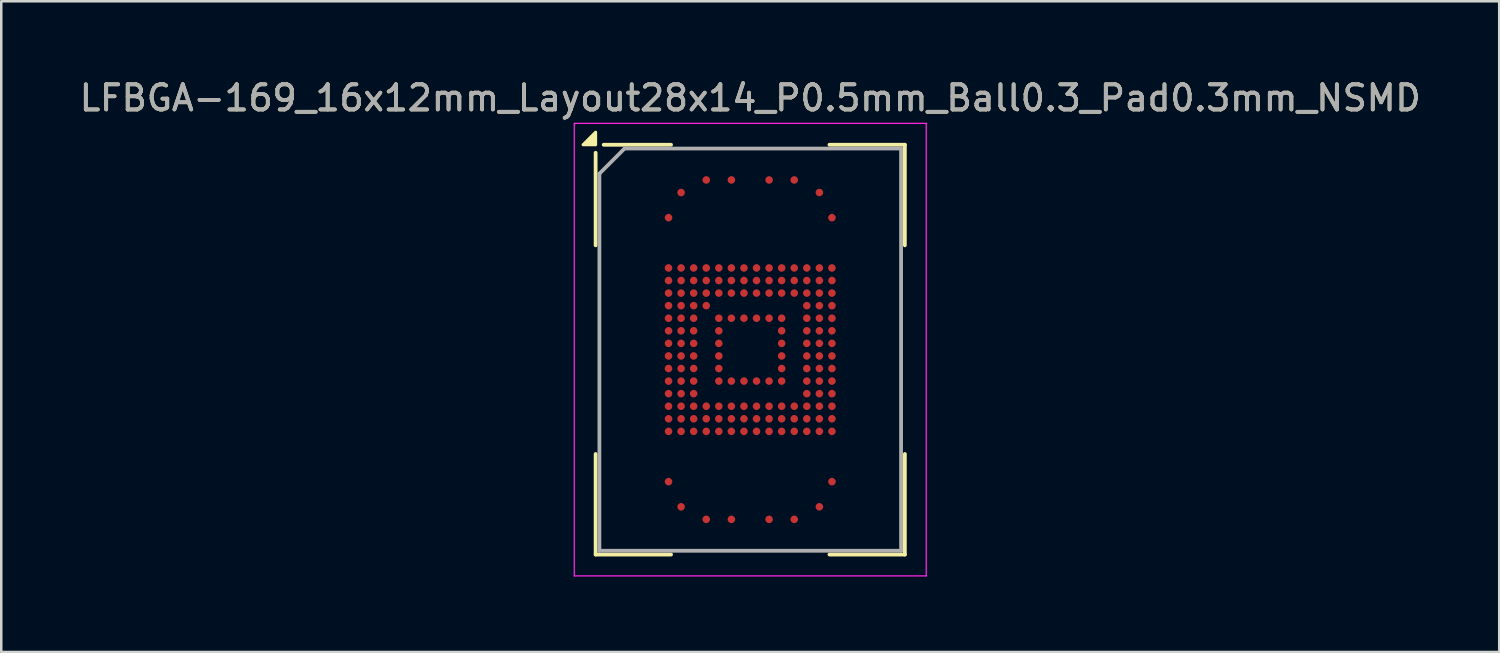
<source format=kicad_pcb>
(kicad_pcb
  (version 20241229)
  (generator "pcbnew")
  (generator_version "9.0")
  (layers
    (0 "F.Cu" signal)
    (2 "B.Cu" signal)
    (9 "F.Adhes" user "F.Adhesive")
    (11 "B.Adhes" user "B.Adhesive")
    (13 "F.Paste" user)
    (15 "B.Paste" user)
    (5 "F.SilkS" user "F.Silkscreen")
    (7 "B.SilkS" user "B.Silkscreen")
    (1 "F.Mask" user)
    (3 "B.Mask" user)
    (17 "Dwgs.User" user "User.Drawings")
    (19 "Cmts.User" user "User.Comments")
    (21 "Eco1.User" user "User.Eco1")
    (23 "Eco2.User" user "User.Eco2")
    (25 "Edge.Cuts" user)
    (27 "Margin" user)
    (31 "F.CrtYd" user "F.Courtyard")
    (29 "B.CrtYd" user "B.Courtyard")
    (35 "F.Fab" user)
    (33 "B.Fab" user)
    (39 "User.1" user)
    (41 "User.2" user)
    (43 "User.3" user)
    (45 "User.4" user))
  (footprint "LFBGA-169_16x12mm_Layout28x14_P0.5mm_Ball0.3_Pad0.3mm_NSMD"
    (layer "F.Cu")
    (at 26.792 10.858)
    (property "Reference" "LFBGA-169_16x12mm_Layout28x14_P0.5mm_Ball0.3_Pad0.3mm_NSMD" (at 0 -10.01 0) (layer "F.SilkS") (effects (font (size 1 1) (thickness 0.15))))
    (attr smd)
    (fp_line (start -6.15 -7.83) (end -6.15 -4.15) (stroke (width 0.15) (type solid)) (layer "F.SilkS"))
    (fp_line (start -6.15 8.15) (end -6.15 4.15) (stroke (width 0.15) (type solid)) (layer "F.SilkS"))
    (fp_line (start -5.83 -8.15) (end -3.15 -8.15) (stroke (width 0.15) (type solid)) (layer "F.SilkS"))
    (fp_line (start -3.15 8.15) (end -6.15 8.15) (stroke (width 0.15) (type solid)) (layer "F.SilkS"))
    (fp_line (start 3.15 -8.15) (end 6.15 -8.15) (stroke (width 0.15) (type solid)) (layer "F.SilkS"))
    (fp_line (start 3.15 8.15) (end 6.15 8.15) (stroke (width 0.15) (type solid)) (layer "F.SilkS"))
    (fp_line (start 6.15 -8.15) (end 6.15 -4.15) (stroke (width 0.15) (type solid)) (layer "F.SilkS"))
    (fp_line (start 6.15 8.15) (end 6.15 4.15) (stroke (width 0.15) (type solid)) (layer "F.SilkS"))
    (fp_poly (pts (xy -6.15 -8.15) (xy -6.65 -8.15) (xy -6.15 -8.65) (xy -6.15 -8.15)) (stroke (width 0.12) (type solid)) (fill yes) (layer "F.SilkS"))
    (fp_line (start -7 -9) (end 7 -9) (stroke (width 0.05) (type solid)) (layer "F.CrtYd"))
    (fp_line (start -7 9) (end -7 -9) (stroke (width 0.05) (type solid)) (layer "F.CrtYd"))
    (fp_line (start 7 -9) (end 7 9) (stroke (width 0.05) (type solid)) (layer "F.CrtYd"))
    (fp_line (start 7 9) (end -7 9) (stroke (width 0.05) (type solid)) (layer "F.CrtYd"))
    (fp_line (start -6 -7) (end -6 8) (stroke (width 0.15) (type solid)) (layer "F.Fab"))
    (fp_line (start -6 8) (end 6 8) (stroke (width 0.15) (type solid)) (layer "F.Fab"))
    (fp_line (start -5 -8) (end -6 -7) (stroke (width 0.15) (type solid)) (layer "F.Fab"))
    (fp_line (start 6 -8) (end -5 -8) (stroke (width 0.15) (type solid)) (layer "F.Fab"))
    (fp_line (start 6 8) (end 6 -8) (stroke (width 0.15) (type solid)) (layer "F.Fab"))
    (fp_text user "${REFERENCE}" (at 0 -10.01 0) (layer "F.Fab") (effects (font (size 1 1) (thickness 0.15))))
    (pad "A4" smd circle (at -1.75 -6.75) (size 0.3 0.3) (property pad_prop_bga) (layers "F.Cu" "F.Mask" "F.Paste"))
    (pad "A6" smd circle (at -0.75 -6.75) (size 0.3 0.3) (property pad_prop_bga) (layers "F.Cu" "F.Mask" "F.Paste"))
    (pad "A9" smd circle (at 0.75 -6.75) (size 0.3 0.3) (property pad_prop_bga) (layers "F.Cu" "F.Mask" "F.Paste"))
    (pad "A11" smd circle (at 1.75 -6.75) (size 0.3 0.3) (property pad_prop_bga) (layers "F.Cu" "F.Mask" "F.Paste"))
    (pad "AA1" smd circle (at -3.25 3.25) (size 0.3 0.3) (property pad_prop_bga) (layers "F.Cu" "F.Mask" "F.Paste"))
    (pad "AA2" smd circle (at -2.75 3.25) (size 0.3 0.3) (property pad_prop_bga) (layers "F.Cu" "F.Mask" "F.Paste"))
    (pad "AA3" smd circle (at -2.25 3.25) (size 0.3 0.3) (property pad_prop_bga) (layers "F.Cu" "F.Mask" "F.Paste"))
    (pad "AA4" smd circle (at -1.75 3.25) (size 0.3 0.3) (property pad_prop_bga) (layers "F.Cu" "F.Mask" "F.Paste"))
    (pad "AA5" smd circle (at -1.25 3.25) (size 0.3 0.3) (property pad_prop_bga) (layers "F.Cu" "F.Mask" "F.Paste"))
    (pad "AA6" smd circle (at -0.75 3.25) (size 0.3 0.3) (property pad_prop_bga) (layers "F.Cu" "F.Mask" "F.Paste"))
    (pad "AA7" smd circle (at -0.25 3.25) (size 0.3 0.3) (property pad_prop_bga) (layers "F.Cu" "F.Mask" "F.Paste"))
    (pad "AA8" smd circle (at 0.25 3.25) (size 0.3 0.3) (property pad_prop_bga) (layers "F.Cu" "F.Mask" "F.Paste"))
    (pad "AA9" smd circle (at 0.75 3.25) (size 0.3 0.3) (property pad_prop_bga) (layers "F.Cu" "F.Mask" "F.Paste"))
    (pad "AA10" smd circle (at 1.25 3.25) (size 0.3 0.3) (property pad_prop_bga) (layers "F.Cu" "F.Mask" "F.Paste"))
    (pad "AA11" smd circle (at 1.75 3.25) (size 0.3 0.3) (property pad_prop_bga) (layers "F.Cu" "F.Mask" "F.Paste"))
    (pad "AA12" smd circle (at 2.25 3.25) (size 0.3 0.3) (property pad_prop_bga) (layers "F.Cu" "F.Mask" "F.Paste"))
    (pad "AA13" smd circle (at 2.75 3.25) (size 0.3 0.3) (property pad_prop_bga) (layers "F.Cu" "F.Mask" "F.Paste"))
    (pad "AA14" smd circle (at 3.25 3.25) (size 0.3 0.3) (property pad_prop_bga) (layers "F.Cu" "F.Mask" "F.Paste"))
    (pad "AE1" smd circle (at -3.25 5.25) (size 0.3 0.3) (property pad_prop_bga) (layers "F.Cu" "F.Mask" "F.Paste"))
    (pad "AE14" smd circle (at 3.25 5.25) (size 0.3 0.3) (property pad_prop_bga) (layers "F.Cu" "F.Mask" "F.Paste"))
    (pad "AG2" smd circle (at -2.75 6.25) (size 0.3 0.3) (property pad_prop_bga) (layers "F.Cu" "F.Mask" "F.Paste"))
    (pad "AG13" smd circle (at 2.75 6.25) (size 0.3 0.3) (property pad_prop_bga) (layers "F.Cu" "F.Mask" "F.Paste"))
    (pad "AH4" smd circle (at -1.75 6.75) (size 0.3 0.3) (property pad_prop_bga) (layers "F.Cu" "F.Mask" "F.Paste"))
    (pad "AH6" smd circle (at -0.75 6.75) (size 0.3 0.3) (property pad_prop_bga) (layers "F.Cu" "F.Mask" "F.Paste"))
    (pad "AH9" smd circle (at 0.75 6.75) (size 0.3 0.3) (property pad_prop_bga) (layers "F.Cu" "F.Mask" "F.Paste"))
    (pad "AH11" smd circle (at 1.75 6.75) (size 0.3 0.3) (property pad_prop_bga) (layers "F.Cu" "F.Mask" "F.Paste"))
    (pad "B2" smd circle (at -2.75 -6.25) (size 0.3 0.3) (property pad_prop_bga) (layers "F.Cu" "F.Mask" "F.Paste"))
    (pad "B13" smd circle (at 2.75 -6.25) (size 0.3 0.3) (property pad_prop_bga) (layers "F.Cu" "F.Mask" "F.Paste"))
    (pad "D1" smd circle (at -3.25 -5.25) (size 0.3 0.3) (property pad_prop_bga) (layers "F.Cu" "F.Mask" "F.Paste"))
    (pad "D14" smd circle (at 3.25 -5.25) (size 0.3 0.3) (property pad_prop_bga) (layers "F.Cu" "F.Mask" "F.Paste"))
    (pad "H1" smd circle (at -3.25 -3.25) (size 0.3 0.3) (property pad_prop_bga) (layers "F.Cu" "F.Mask" "F.Paste"))
    (pad "H2" smd circle (at -2.75 -3.25) (size 0.3 0.3) (property pad_prop_bga) (layers "F.Cu" "F.Mask" "F.Paste"))
    (pad "H3" smd circle (at -2.25 -3.25) (size 0.3 0.3) (property pad_prop_bga) (layers "F.Cu" "F.Mask" "F.Paste"))
    (pad "H4" smd circle (at -1.75 -3.25) (size 0.3 0.3) (property pad_prop_bga) (layers "F.Cu" "F.Mask" "F.Paste"))
    (pad "H5" smd circle (at -1.25 -3.25) (size 0.3 0.3) (property pad_prop_bga) (layers "F.Cu" "F.Mask" "F.Paste"))
    (pad "H6" smd circle (at -0.75 -3.25) (size 0.3 0.3) (property pad_prop_bga) (layers "F.Cu" "F.Mask" "F.Paste"))
    (pad "H7" smd circle (at -0.25 -3.25) (size 0.3 0.3) (property pad_prop_bga) (layers "F.Cu" "F.Mask" "F.Paste"))
    (pad "H8" smd circle (at 0.25 -3.25) (size 0.3 0.3) (property pad_prop_bga) (layers "F.Cu" "F.Mask" "F.Paste"))
    (pad "H9" smd circle (at 0.75 -3.25) (size 0.3 0.3) (property pad_prop_bga) (layers "F.Cu" "F.Mask" "F.Paste"))
    (pad "H10" smd circle (at 1.25 -3.25) (size 0.3 0.3) (property pad_prop_bga) (layers "F.Cu" "F.Mask" "F.Paste"))
    (pad "H11" smd circle (at 1.75 -3.25) (size 0.3 0.3) (property pad_prop_bga) (layers "F.Cu" "F.Mask" "F.Paste"))
    (pad "H12" smd circle (at 2.25 -3.25) (size 0.3 0.3) (property pad_prop_bga) (layers "F.Cu" "F.Mask" "F.Paste"))
    (pad "H13" smd circle (at 2.75 -3.25) (size 0.3 0.3) (property pad_prop_bga) (layers "F.Cu" "F.Mask" "F.Paste"))
    (pad "H14" smd circle (at 3.25 -3.25) (size 0.3 0.3) (property pad_prop_bga) (layers "F.Cu" "F.Mask" "F.Paste"))
    (pad "J1" smd circle (at -3.25 -2.75) (size 0.3 0.3) (property pad_prop_bga) (layers "F.Cu" "F.Mask" "F.Paste"))
    (pad "J2" smd circle (at -2.75 -2.75) (size 0.3 0.3) (property pad_prop_bga) (layers "F.Cu" "F.Mask" "F.Paste"))
    (pad "J3" smd circle (at -2.25 -2.75) (size 0.3 0.3) (property pad_prop_bga) (layers "F.Cu" "F.Mask" "F.Paste"))
    (pad "J4" smd circle (at -1.75 -2.75) (size 0.3 0.3) (property pad_prop_bga) (layers "F.Cu" "F.Mask" "F.Paste"))
    (pad "J5" smd circle (at -1.25 -2.75) (size 0.3 0.3) (property pad_prop_bga) (layers "F.Cu" "F.Mask" "F.Paste"))
    (pad "J6" smd circle (at -0.75 -2.75) (size 0.3 0.3) (property pad_prop_bga) (layers "F.Cu" "F.Mask" "F.Paste"))
    (pad "J7" smd circle (at -0.25 -2.75) (size 0.3 0.3) (property pad_prop_bga) (layers "F.Cu" "F.Mask" "F.Paste"))
    (pad "J8" smd circle (at 0.25 -2.75) (size 0.3 0.3) (property pad_prop_bga) (layers "F.Cu" "F.Mask" "F.Paste"))
    (pad "J9" smd circle (at 0.75 -2.75) (size 0.3 0.3) (property pad_prop_bga) (layers "F.Cu" "F.Mask" "F.Paste"))
    (pad "J10" smd circle (at 1.25 -2.75) (size 0.3 0.3) (property pad_prop_bga) (layers "F.Cu" "F.Mask" "F.Paste"))
    (pad "J11" smd circle (at 1.75 -2.75) (size 0.3 0.3) (property pad_prop_bga) (layers "F.Cu" "F.Mask" "F.Paste"))
    (pad "J12" smd circle (at 2.25 -2.75) (size 0.3 0.3) (property pad_prop_bga) (layers "F.Cu" "F.Mask" "F.Paste"))
    (pad "J13" smd circle (at 2.75 -2.75) (size 0.3 0.3) (property pad_prop_bga) (layers "F.Cu" "F.Mask" "F.Paste"))
    (pad "J14" smd circle (at 3.25 -2.75) (size 0.3 0.3) (property pad_prop_bga) (layers "F.Cu" "F.Mask" "F.Paste"))
    (pad "K1" smd circle (at -3.25 -2.25) (size 0.3 0.3) (property pad_prop_bga) (layers "F.Cu" "F.Mask" "F.Paste"))
    (pad "K2" smd circle (at -2.75 -2.25) (size 0.3 0.3) (property pad_prop_bga) (layers "F.Cu" "F.Mask" "F.Paste"))
    (pad "K3" smd circle (at -2.25 -2.25) (size 0.3 0.3) (property pad_prop_bga) (layers "F.Cu" "F.Mask" "F.Paste"))
    (pad "K4" smd circle (at -1.75 -2.25) (size 0.3 0.3) (property pad_prop_bga) (layers "F.Cu" "F.Mask" "F.Paste"))
    (pad "K5" smd circle (at -1.25 -2.25) (size 0.3 0.3) (property pad_prop_bga) (layers "F.Cu" "F.Mask" "F.Paste"))
    (pad "K6" smd circle (at -0.75 -2.25) (size 0.3 0.3) (property pad_prop_bga) (layers "F.Cu" "F.Mask" "F.Paste"))
    (pad "K7" smd circle (at -0.25 -2.25) (size 0.3 0.3) (property pad_prop_bga) (layers "F.Cu" "F.Mask" "F.Paste"))
    (pad "K8" smd circle (at 0.25 -2.25) (size 0.3 0.3) (property pad_prop_bga) (layers "F.Cu" "F.Mask" "F.Paste"))
    (pad "K9" smd circle (at 0.75 -2.25) (size 0.3 0.3) (property pad_prop_bga) (layers "F.Cu" "F.Mask" "F.Paste"))
    (pad "K10" smd circle (at 1.25 -2.25) (size 0.3 0.3) (property pad_prop_bga) (layers "F.Cu" "F.Mask" "F.Paste"))
    (pad "K11" smd circle (at 1.75 -2.25) (size 0.3 0.3) (property pad_prop_bga) (layers "F.Cu" "F.Mask" "F.Paste"))
    (pad "K12" smd circle (at 2.25 -2.25) (size 0.3 0.3) (property pad_prop_bga) (layers "F.Cu" "F.Mask" "F.Paste"))
    (pad "K13" smd circle (at 2.75 -2.25) (size 0.3 0.3) (property pad_prop_bga) (layers "F.Cu" "F.Mask" "F.Paste"))
    (pad "K14" smd circle (at 3.25 -2.25) (size 0.3 0.3) (property pad_prop_bga) (layers "F.Cu" "F.Mask" "F.Paste"))
    (pad "L1" smd circle (at -3.25 -1.75) (size 0.3 0.3) (property pad_prop_bga) (layers "F.Cu" "F.Mask" "F.Paste"))
    (pad "L2" smd circle (at -2.75 -1.75) (size 0.3 0.3) (property pad_prop_bga) (layers "F.Cu" "F.Mask" "F.Paste"))
    (pad "L3" smd circle (at -2.25 -1.75) (size 0.3 0.3) (property pad_prop_bga) (layers "F.Cu" "F.Mask" "F.Paste"))
    (pad "L4" smd circle (at -1.75 -1.75) (size 0.3 0.3) (property pad_prop_bga) (layers "F.Cu" "F.Mask" "F.Paste"))
    (pad "L12" smd circle (at 2.25 -1.75) (size 0.3 0.3) (property pad_prop_bga) (layers "F.Cu" "F.Mask" "F.Paste"))
    (pad "L13" smd circle (at 2.75 -1.75) (size 0.3 0.3) (property pad_prop_bga) (layers "F.Cu" "F.Mask" "F.Paste"))
    (pad "L14" smd circle (at 3.25 -1.75) (size 0.3 0.3) (property pad_prop_bga) (layers "F.Cu" "F.Mask" "F.Paste"))
    (pad "M1" smd circle (at -3.25 -1.25) (size 0.3 0.3) (property pad_prop_bga) (layers "F.Cu" "F.Mask" "F.Paste"))
    (pad "M2" smd circle (at -2.75 -1.25) (size 0.3 0.3) (property pad_prop_bga) (layers "F.Cu" "F.Mask" "F.Paste"))
    (pad "M3" smd circle (at -2.25 -1.25) (size 0.3 0.3) (property pad_prop_bga) (layers "F.Cu" "F.Mask" "F.Paste"))
    (pad "M5" smd circle (at -1.25 -1.25) (size 0.3 0.3) (property pad_prop_bga) (layers "F.Cu" "F.Mask" "F.Paste"))
    (pad "M6" smd circle (at -0.75 -1.25) (size 0.3 0.3) (property pad_prop_bga) (layers "F.Cu" "F.Mask" "F.Paste"))
    (pad "M7" smd circle (at -0.25 -1.25) (size 0.3 0.3) (property pad_prop_bga) (layers "F.Cu" "F.Mask" "F.Paste"))
    (pad "M8" smd circle (at 0.25 -1.25) (size 0.3 0.3) (property pad_prop_bga) (layers "F.Cu" "F.Mask" "F.Paste"))
    (pad "M9" smd circle (at 0.75 -1.25) (size 0.3 0.3) (property pad_prop_bga) (layers "F.Cu" "F.Mask" "F.Paste"))
    (pad "M10" smd circle (at 1.25 -1.25) (size 0.3 0.3) (property pad_prop_bga) (layers "F.Cu" "F.Mask" "F.Paste"))
    (pad "M12" smd circle (at 2.25 -1.25) (size 0.3 0.3) (property pad_prop_bga) (layers "F.Cu" "F.Mask" "F.Paste"))
    (pad "M13" smd circle (at 2.75 -1.25) (size 0.3 0.3) (property pad_prop_bga) (layers "F.Cu" "F.Mask" "F.Paste"))
    (pad "M14" smd circle (at 3.25 -1.25) (size 0.3 0.3) (property pad_prop_bga) (layers "F.Cu" "F.Mask" "F.Paste"))
    (pad "N1" smd circle (at -3.25 -0.75) (size 0.3 0.3) (property pad_prop_bga) (layers "F.Cu" "F.Mask" "F.Paste"))
    (pad "N2" smd circle (at -2.75 -0.75) (size 0.3 0.3) (property pad_prop_bga) (layers "F.Cu" "F.Mask" "F.Paste"))
    (pad "N3" smd circle (at -2.25 -0.75) (size 0.3 0.3) (property pad_prop_bga) (layers "F.Cu" "F.Mask" "F.Paste"))
    (pad "N5" smd circle (at -1.25 -0.75) (size 0.3 0.3) (property pad_prop_bga) (layers "F.Cu" "F.Mask" "F.Paste"))
    (pad "N10" smd circle (at 1.25 -0.75) (size 0.3 0.3) (property pad_prop_bga) (layers "F.Cu" "F.Mask" "F.Paste"))
    (pad "N12" smd circle (at 2.25 -0.75) (size 0.3 0.3) (property pad_prop_bga) (layers "F.Cu" "F.Mask" "F.Paste"))
    (pad "N13" smd circle (at 2.75 -0.75) (size 0.3 0.3) (property pad_prop_bga) (layers "F.Cu" "F.Mask" "F.Paste"))
    (pad "N14" smd circle (at 3.25 -0.75) (size 0.3 0.3) (property pad_prop_bga) (layers "F.Cu" "F.Mask" "F.Paste"))
    (pad "P1" smd circle (at -3.25 -0.25) (size 0.3 0.3) (property pad_prop_bga) (layers "F.Cu" "F.Mask" "F.Paste"))
    (pad "P2" smd circle (at -2.75 -0.25) (size 0.3 0.3) (property pad_prop_bga) (layers "F.Cu" "F.Mask" "F.Paste"))
    (pad "P3" smd circle (at -2.25 -0.25) (size 0.3 0.3) (property pad_prop_bga) (layers "F.Cu" "F.Mask" "F.Paste"))
    (pad "P5" smd circle (at -1.25 -0.25) (size 0.3 0.3) (property pad_prop_bga) (layers "F.Cu" "F.Mask" "F.Paste"))
    (pad "P10" smd circle (at 1.25 -0.25) (size 0.3 0.3) (property pad_prop_bga) (layers "F.Cu" "F.Mask" "F.Paste"))
    (pad "P12" smd circle (at 2.25 -0.25) (size 0.3 0.3) (property pad_prop_bga) (layers "F.Cu" "F.Mask" "F.Paste"))
    (pad "P13" smd circle (at 2.75 -0.25) (size 0.3 0.3) (property pad_prop_bga) (layers "F.Cu" "F.Mask" "F.Paste"))
    (pad "P14" smd circle (at 3.25 -0.25) (size 0.3 0.3) (property pad_prop_bga) (layers "F.Cu" "F.Mask" "F.Paste"))
    (pad "R1" smd circle (at -3.25 0.25) (size 0.3 0.3) (property pad_prop_bga) (layers "F.Cu" "F.Mask" "F.Paste"))
    (pad "R2" smd circle (at -2.75 0.25) (size 0.3 0.3) (property pad_prop_bga) (layers "F.Cu" "F.Mask" "F.Paste"))
    (pad "R3" smd circle (at -2.25 0.25) (size 0.3 0.3) (property pad_prop_bga) (layers "F.Cu" "F.Mask" "F.Paste"))
    (pad "R5" smd circle (at -1.25 0.25) (size 0.3 0.3) (property pad_prop_bga) (layers "F.Cu" "F.Mask" "F.Paste"))
    (pad "R10" smd circle (at 1.25 0.25) (size 0.3 0.3) (property pad_prop_bga) (layers "F.Cu" "F.Mask" "F.Paste"))
    (pad "R12" smd circle (at 2.25 0.25) (size 0.3 0.3) (property pad_prop_bga) (layers "F.Cu" "F.Mask" "F.Paste"))
    (pad "R13" smd circle (at 2.75 0.25) (size 0.3 0.3) (property pad_prop_bga) (layers "F.Cu" "F.Mask" "F.Paste"))
    (pad "R14" smd circle (at 3.25 0.25) (size 0.3 0.3) (property pad_prop_bga) (layers "F.Cu" "F.Mask" "F.Paste"))
    (pad "T1" smd circle (at -3.25 0.75) (size 0.3 0.3) (property pad_prop_bga) (layers "F.Cu" "F.Mask" "F.Paste"))
    (pad "T2" smd circle (at -2.75 0.75) (size 0.3 0.3) (property pad_prop_bga) (layers "F.Cu" "F.Mask" "F.Paste"))
    (pad "T3" smd circle (at -2.25 0.75) (size 0.3 0.3) (property pad_prop_bga) (layers "F.Cu" "F.Mask" "F.Paste"))
    (pad "T5" smd circle (at -1.25 0.75) (size 0.3 0.3) (property pad_prop_bga) (layers "F.Cu" "F.Mask" "F.Paste"))
    (pad "T10" smd circle (at 1.25 0.75) (size 0.3 0.3) (property pad_prop_bga) (layers "F.Cu" "F.Mask" "F.Paste"))
    (pad "T12" smd circle (at 2.25 0.75) (size 0.3 0.3) (property pad_prop_bga) (layers "F.Cu" "F.Mask" "F.Paste"))
    (pad "T13" smd circle (at 2.75 0.75) (size 0.3 0.3) (property pad_prop_bga) (layers "F.Cu" "F.Mask" "F.Paste"))
    (pad "T14" smd circle (at 3.25 0.75) (size 0.3 0.3) (property pad_prop_bga) (layers "F.Cu" "F.Mask" "F.Paste"))
    (pad "U1" smd circle (at -3.25 1.25) (size 0.3 0.3) (property pad_prop_bga) (layers "F.Cu" "F.Mask" "F.Paste"))
    (pad "U2" smd circle (at -2.75 1.25) (size 0.3 0.3) (property pad_prop_bga) (layers "F.Cu" "F.Mask" "F.Paste"))
    (pad "U3" smd circle (at -2.25 1.25) (size 0.3 0.3) (property pad_prop_bga) (layers "F.Cu" "F.Mask" "F.Paste"))
    (pad "U5" smd circle (at -1.25 1.25) (size 0.3 0.3) (property pad_prop_bga) (layers "F.Cu" "F.Mask" "F.Paste"))
    (pad "U6" smd circle (at -0.75 1.25) (size 0.3 0.3) (property pad_prop_bga) (layers "F.Cu" "F.Mask" "F.Paste"))
    (pad "U7" smd circle (at -0.25 1.25) (size 0.3 0.3) (property pad_prop_bga) (layers "F.Cu" "F.Mask" "F.Paste"))
    (pad "U8" smd circle (at 0.25 1.25) (size 0.3 0.3) (property pad_prop_bga) (layers "F.Cu" "F.Mask" "F.Paste"))
    (pad "U9" smd circle (at 0.75 1.25) (size 0.3 0.3) (property pad_prop_bga) (layers "F.Cu" "F.Mask" "F.Paste"))
    (pad "U10" smd circle (at 1.25 1.25) (size 0.3 0.3) (property pad_prop_bga) (layers "F.Cu" "F.Mask" "F.Paste"))
    (pad "U12" smd circle (at 2.25 1.25) (size 0.3 0.3) (property pad_prop_bga) (layers "F.Cu" "F.Mask" "F.Paste"))
    (pad "U13" smd circle (at 2.75 1.25) (size 0.3 0.3) (property pad_prop_bga) (layers "F.Cu" "F.Mask" "F.Paste"))
    (pad "U14" smd circle (at 3.25 1.25) (size 0.3 0.3) (property pad_prop_bga) (layers "F.Cu" "F.Mask" "F.Paste"))
    (pad "V1" smd circle (at -3.25 1.75) (size 0.3 0.3) (property pad_prop_bga) (layers "F.Cu" "F.Mask" "F.Paste"))
    (pad "V2" smd circle (at -2.75 1.75) (size 0.3 0.3) (property pad_prop_bga) (layers "F.Cu" "F.Mask" "F.Paste"))
    (pad "V3" smd circle (at -2.25 1.75) (size 0.3 0.3) (property pad_prop_bga) (layers "F.Cu" "F.Mask" "F.Paste"))
    (pad "V12" smd circle (at 2.25 1.75) (size 0.3 0.3) (property pad_prop_bga) (layers "F.Cu" "F.Mask" "F.Paste"))
    (pad "V13" smd circle (at 2.75 1.75) (size 0.3 0.3) (property pad_prop_bga) (layers "F.Cu" "F.Mask" "F.Paste"))
    (pad "V14" smd circle (at 3.25 1.75) (size 0.3 0.3) (property pad_prop_bga) (layers "F.Cu" "F.Mask" "F.Paste"))
    (pad "W1" smd circle (at -3.25 2.25) (size 0.3 0.3) (property pad_prop_bga) (layers "F.Cu" "F.Mask" "F.Paste"))
    (pad "W2" smd circle (at -2.75 2.25) (size 0.3 0.3) (property pad_prop_bga) (layers "F.Cu" "F.Mask" "F.Paste"))
    (pad "W3" smd circle (at -2.25 2.25) (size 0.3 0.3) (property pad_prop_bga) (layers "F.Cu" "F.Mask" "F.Paste"))
    (pad "W4" smd circle (at -1.75 2.25) (size 0.3 0.3) (property pad_prop_bga) (layers "F.Cu" "F.Mask" "F.Paste"))
    (pad "W5" smd circle (at -1.25 2.25) (size 0.3 0.3) (property pad_prop_bga) (layers "F.Cu" "F.Mask" "F.Paste"))
    (pad "W6" smd circle (at -0.75 2.25) (size 0.3 0.3) (property pad_prop_bga) (layers "F.Cu" "F.Mask" "F.Paste"))
    (pad "W7" smd circle (at -0.25 2.25) (size 0.3 0.3) (property pad_prop_bga) (layers "F.Cu" "F.Mask" "F.Paste"))
    (pad "W8" smd circle (at 0.25 2.25) (size 0.3 0.3) (property pad_prop_bga) (layers "F.Cu" "F.Mask" "F.Paste"))
    (pad "W9" smd circle (at 0.75 2.25) (size 0.3 0.3) (property pad_prop_bga) (layers "F.Cu" "F.Mask" "F.Paste"))
    (pad "W10" smd circle (at 1.25 2.25) (size 0.3 0.3) (property pad_prop_bga) (layers "F.Cu" "F.Mask" "F.Paste"))
    (pad "W11" smd circle (at 1.75 2.25) (size 0.3 0.3) (property pad_prop_bga) (layers "F.Cu" "F.Mask" "F.Paste"))
    (pad "W12" smd circle (at 2.25 2.25) (size 0.3 0.3) (property pad_prop_bga) (layers "F.Cu" "F.Mask" "F.Paste"))
    (pad "W13" smd circle (at 2.75 2.25) (size 0.3 0.3) (property pad_prop_bga) (layers "F.Cu" "F.Mask" "F.Paste"))
    (pad "W14" smd circle (at 3.25 2.25) (size 0.3 0.3) (property pad_prop_bga) (layers "F.Cu" "F.Mask" "F.Paste"))
    (pad "Y1" smd circle (at -3.25 2.75) (size 0.3 0.3) (property pad_prop_bga) (layers "F.Cu" "F.Mask" "F.Paste"))
    (pad "Y2" smd circle (at -2.75 2.75) (size 0.3 0.3) (property pad_prop_bga) (layers "F.Cu" "F.Mask" "F.Paste"))
    (pad "Y3" smd circle (at -2.25 2.75) (size 0.3 0.3) (property pad_prop_bga) (layers "F.Cu" "F.Mask" "F.Paste"))
    (pad "Y4" smd circle (at -1.75 2.75) (size 0.3 0.3) (property pad_prop_bga) (layers "F.Cu" "F.Mask" "F.Paste"))
    (pad "Y5" smd circle (at -1.25 2.75) (size 0.3 0.3) (property pad_prop_bga) (layers "F.Cu" "F.Mask" "F.Paste"))
    (pad "Y6" smd circle (at -0.75 2.75) (size 0.3 0.3) (property pad_prop_bga) (layers "F.Cu" "F.Mask" "F.Paste"))
    (pad "Y7" smd circle (at -0.25 2.75) (size 0.3 0.3) (property pad_prop_bga) (layers "F.Cu" "F.Mask" "F.Paste"))
    (pad "Y8" smd circle (at 0.25 2.75) (size 0.3 0.3) (property pad_prop_bga) (layers "F.Cu" "F.Mask" "F.Paste"))
    (pad "Y9" smd circle (at 0.75 2.75) (size 0.3 0.3) (property pad_prop_bga) (layers "F.Cu" "F.Mask" "F.Paste"))
    (pad "Y10" smd circle (at 1.25 2.75) (size 0.3 0.3) (property pad_prop_bga) (layers "F.Cu" "F.Mask" "F.Paste"))
    (pad "Y11" smd circle (at 1.75 2.75) (size 0.3 0.3) (property pad_prop_bga) (layers "F.Cu" "F.Mask" "F.Paste"))
    (pad "Y12" smd circle (at 2.25 2.75) (size 0.3 0.3) (property pad_prop_bga) (layers "F.Cu" "F.Mask" "F.Paste"))
    (pad "Y13" smd circle (at 2.75 2.75) (size 0.3 0.3) (property pad_prop_bga) (layers "F.Cu" "F.Mask" "F.Paste"))
    (pad "Y14" smd circle (at 3.25 2.75) (size 0.3 0.3) (property pad_prop_bga) (layers "F.Cu" "F.Mask" "F.Paste")))
  (gr_rect
    (start -3 -3)
    (end 56.583 22.883)
    (stroke (width 0.1) (type default))
    (fill no)
    (layer "Edge.Cuts")))
</source>
